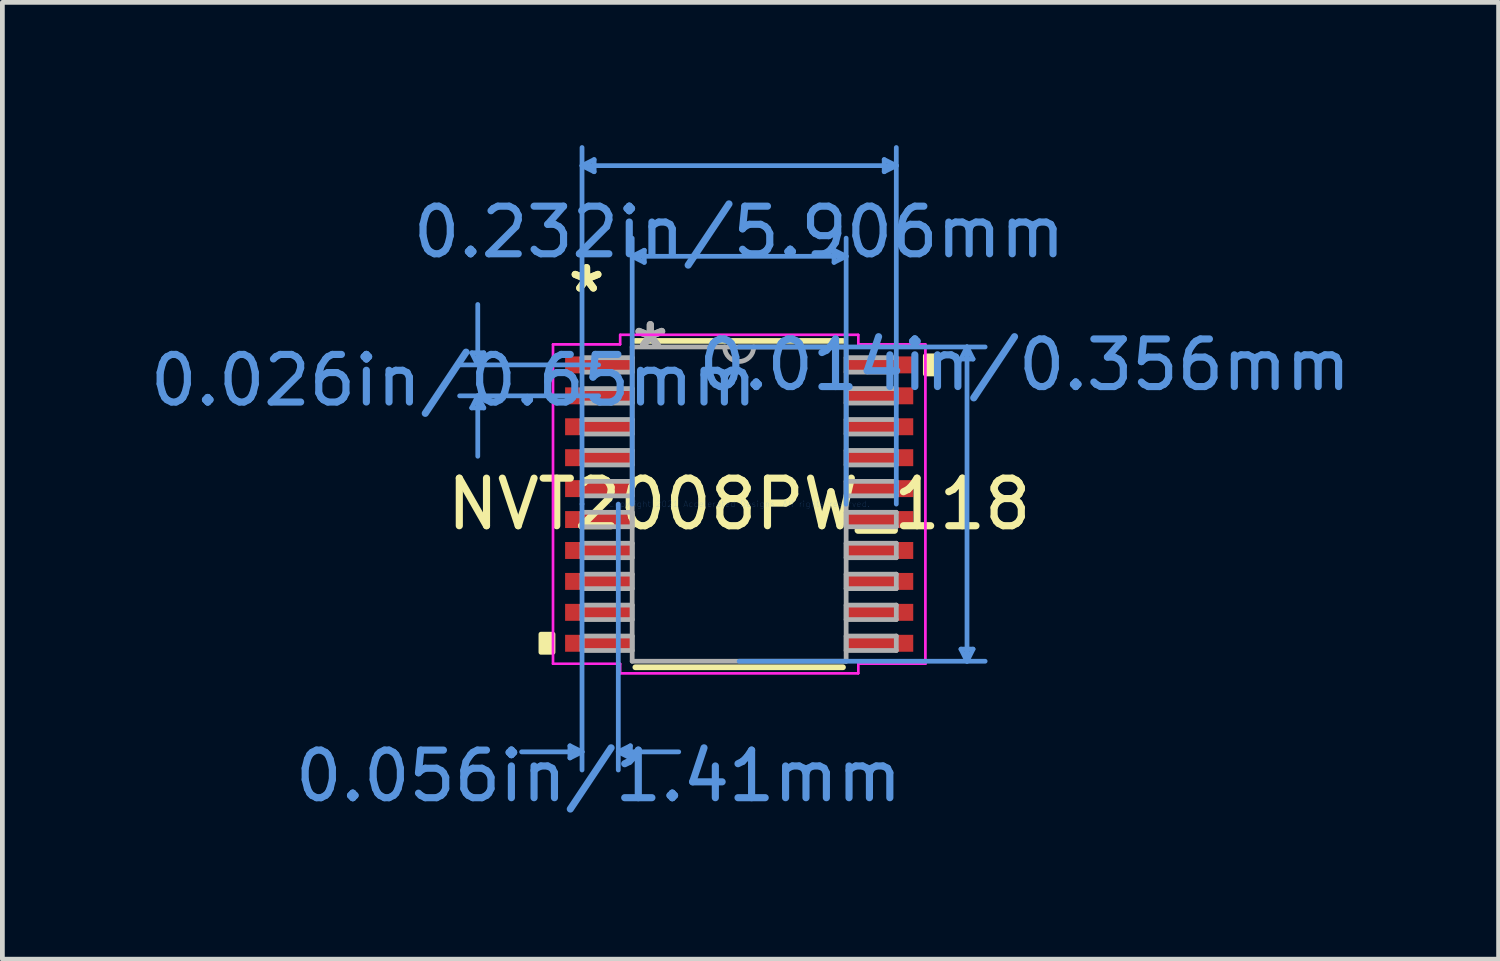
<source format=kicad_pcb>
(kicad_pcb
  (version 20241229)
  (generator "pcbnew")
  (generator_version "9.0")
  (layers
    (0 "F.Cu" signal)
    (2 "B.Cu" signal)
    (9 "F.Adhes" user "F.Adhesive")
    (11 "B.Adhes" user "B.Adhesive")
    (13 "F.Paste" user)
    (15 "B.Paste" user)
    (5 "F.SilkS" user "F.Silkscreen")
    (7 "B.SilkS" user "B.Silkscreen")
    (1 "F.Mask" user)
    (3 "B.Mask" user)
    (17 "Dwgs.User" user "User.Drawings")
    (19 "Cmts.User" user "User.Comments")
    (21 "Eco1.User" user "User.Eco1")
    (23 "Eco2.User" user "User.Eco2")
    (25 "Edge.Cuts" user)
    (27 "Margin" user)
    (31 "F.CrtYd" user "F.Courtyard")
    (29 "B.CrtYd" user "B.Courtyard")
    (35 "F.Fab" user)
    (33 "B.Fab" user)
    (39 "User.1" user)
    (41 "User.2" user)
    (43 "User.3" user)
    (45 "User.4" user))
  (footprint "NVT2008PW_118"
    (layer "F.Cu")
    (at 12.483 7.543)
    (property "Reference" "NVT2008PW_118" (at 0 0 0) (layer "F.SilkS") (effects (font (size 1 1) (thickness 0.15))))
    (attr through_hole)
    (fp_line (start -2.182 3.429) (end 2.182 3.429) (stroke (width 0.12) (type solid)) (layer "F.SilkS"))
    (fp_line (start 2.182 -3.429) (end -2.182 -3.429) (stroke (width 0.12) (type solid)) (layer "F.SilkS"))
    (fp_poly (pts (xy -4.166 2.734) (xy -4.166 3.115) (xy -3.912 3.115) (xy -3.912 2.734)) (stroke (width 0.1) (type solid)) (fill yes) (layer "F.SilkS"))
    (fp_poly (pts (xy 4.166 -3.115) (xy 4.166 -2.734) (xy 3.912 -2.734) (xy 3.912 -3.115)) (stroke (width 0.1) (type solid)) (fill yes) (layer "F.SilkS"))
    (fp_line (start -5.62 -3.179) (end -5.366 -3.179) (stroke (width 0.1) (type solid)) (layer "Cmts.User"))
    (fp_line (start -5.62 -2.021) (end -5.366 -2.021) (stroke (width 0.1) (type solid)) (layer "Cmts.User"))
    (fp_line (start -5.493 -2.925) (end -5.62 -3.179) (stroke (width 0.1) (type solid)) (layer "Cmts.User"))
    (fp_line (start -5.493 -2.925) (end -5.493 -4.195) (stroke (width 0.1) (type solid)) (layer "Cmts.User"))
    (fp_line (start -5.493 -2.925) (end -5.366 -3.179) (stroke (width 0.1) (type solid)) (layer "Cmts.User"))
    (fp_line (start -5.493 -2.275) (end -5.62 -2.021) (stroke (width 0.1) (type solid)) (layer "Cmts.User"))
    (fp_line (start -5.493 -2.275) (end -5.493 -1.005) (stroke (width 0.1) (type solid)) (layer "Cmts.User"))
    (fp_line (start -5.493 -2.275) (end -5.366 -2.021) (stroke (width 0.1) (type solid)) (layer "Cmts.User"))
    (fp_line (start -3.556 5.08) (end -3.556 5.334) (stroke (width 0.1) (type solid)) (layer "Cmts.User"))
    (fp_line (start -3.302 -7.112) (end -3.048 -7.239) (stroke (width 0.1) (type solid)) (layer "Cmts.User"))
    (fp_line (start -3.302 -7.112) (end -3.048 -6.985) (stroke (width 0.1) (type solid)) (layer "Cmts.User"))
    (fp_line (start -3.302 -7.112) (end 3.302 -7.112) (stroke (width 0.1) (type solid)) (layer "Cmts.User"))
    (fp_line (start -3.302 0) (end -3.302 -7.493) (stroke (width 0.1) (type solid)) (layer "Cmts.User"))
    (fp_line (start -3.302 0) (end -3.302 5.588) (stroke (width 0.1) (type solid)) (layer "Cmts.User"))
    (fp_line (start -3.302 5.207) (end -4.572 5.207) (stroke (width 0.1) (type solid)) (layer "Cmts.User"))
    (fp_line (start -3.302 5.207) (end -3.556 5.08) (stroke (width 0.1) (type solid)) (layer "Cmts.User"))
    (fp_line (start -3.302 5.207) (end -3.556 5.334) (stroke (width 0.1) (type solid)) (layer "Cmts.User"))
    (fp_line (start -3.048 -7.239) (end -3.048 -6.985) (stroke (width 0.1) (type solid)) (layer "Cmts.User"))
    (fp_line (start -2.953 -2.925) (end -5.874 -2.925) (stroke (width 0.1) (type solid)) (layer "Cmts.User"))
    (fp_line (start -2.953 -2.275) (end -5.874 -2.275) (stroke (width 0.1) (type solid)) (layer "Cmts.User"))
    (fp_line (start -2.54 0) (end -2.54 5.588) (stroke (width 0.1) (type solid)) (layer "Cmts.User"))
    (fp_line (start -2.54 5.207) (end -2.286 5.08) (stroke (width 0.1) (type solid)) (layer "Cmts.User"))
    (fp_line (start -2.54 5.207) (end -2.286 5.334) (stroke (width 0.1) (type solid)) (layer "Cmts.User"))
    (fp_line (start -2.54 5.207) (end -1.27 5.207) (stroke (width 0.1) (type solid)) (layer "Cmts.User"))
    (fp_line (start -2.286 5.08) (end -2.286 5.334) (stroke (width 0.1) (type solid)) (layer "Cmts.User"))
    (fp_line (start -2.248 -5.207) (end -1.994 -5.334) (stroke (width 0.1) (type solid)) (layer "Cmts.User"))
    (fp_line (start -2.248 -5.207) (end -1.994 -5.08) (stroke (width 0.1) (type solid)) (layer "Cmts.User"))
    (fp_line (start -2.248 -5.207) (end 2.248 -5.207) (stroke (width 0.1) (type solid)) (layer "Cmts.User"))
    (fp_line (start -2.248 0) (end -2.248 -5.588) (stroke (width 0.1) (type solid)) (layer "Cmts.User"))
    (fp_line (start -1.994 -5.334) (end -1.994 -5.08) (stroke (width 0.1) (type solid)) (layer "Cmts.User"))
    (fp_line (start 0 -3.302) (end 5.169 -3.302) (stroke (width 0.1) (type solid)) (layer "Cmts.User"))
    (fp_line (start 0 3.302) (end 5.169 3.302) (stroke (width 0.1) (type solid)) (layer "Cmts.User"))
    (fp_line (start 1.994 -5.334) (end 1.994 -5.08) (stroke (width 0.1) (type solid)) (layer "Cmts.User"))
    (fp_line (start 2.248 -5.207) (end 1.994 -5.334) (stroke (width 0.1) (type solid)) (layer "Cmts.User"))
    (fp_line (start 2.248 -5.207) (end 1.994 -5.08) (stroke (width 0.1) (type solid)) (layer "Cmts.User"))
    (fp_line (start 2.248 0) (end 2.248 -5.588) (stroke (width 0.1) (type solid)) (layer "Cmts.User"))
    (fp_line (start 3.048 -7.239) (end 3.048 -6.985) (stroke (width 0.1) (type solid)) (layer "Cmts.User"))
    (fp_line (start 3.302 -7.112) (end 3.048 -7.239) (stroke (width 0.1) (type solid)) (layer "Cmts.User"))
    (fp_line (start 3.302 -7.112) (end 3.048 -6.985) (stroke (width 0.1) (type solid)) (layer "Cmts.User"))
    (fp_line (start 3.302 0) (end 3.302 -7.493) (stroke (width 0.1) (type solid)) (layer "Cmts.User"))
    (fp_line (start 4.661 -3.048) (end 4.915 -3.048) (stroke (width 0.1) (type solid)) (layer "Cmts.User"))
    (fp_line (start 4.661 3.048) (end 4.915 3.048) (stroke (width 0.1) (type solid)) (layer "Cmts.User"))
    (fp_line (start 4.788 -3.302) (end 4.661 -3.048) (stroke (width 0.1) (type solid)) (layer "Cmts.User"))
    (fp_line (start 4.788 -3.302) (end 4.788 3.302) (stroke (width 0.1) (type solid)) (layer "Cmts.User"))
    (fp_line (start 4.788 -3.302) (end 4.915 -3.048) (stroke (width 0.1) (type solid)) (layer "Cmts.User"))
    (fp_line (start 4.788 3.302) (end 4.661 3.048) (stroke (width 0.1) (type solid)) (layer "Cmts.User"))
    (fp_line (start 4.788 3.302) (end 4.915 3.048) (stroke (width 0.1) (type solid)) (layer "Cmts.User"))
    (fp_line (start -3.912 -3.357) (end -2.502 -3.357) (stroke (width 0.05) (type solid)) (layer "F.CrtYd"))
    (fp_line (start -3.912 -3.357) (end -2.502 -3.357) (stroke (width 0.05) (type solid)) (layer "F.CrtYd"))
    (fp_line (start -3.912 3.357) (end -3.912 -3.357) (stroke (width 0.05) (type solid)) (layer "F.CrtYd"))
    (fp_line (start -3.912 3.357) (end -3.912 -3.357) (stroke (width 0.05) (type solid)) (layer "F.CrtYd"))
    (fp_line (start -3.912 3.357) (end -2.502 3.357) (stroke (width 0.05) (type solid)) (layer "F.CrtYd"))
    (fp_line (start -2.502 -3.556) (end 2.502 -3.556) (stroke (width 0.05) (type solid)) (layer "F.CrtYd"))
    (fp_line (start -2.502 -3.556) (end 2.502 -3.556) (stroke (width 0.05) (type solid)) (layer "F.CrtYd"))
    (fp_line (start -2.502 -3.357) (end -2.502 -3.556) (stroke (width 0.05) (type solid)) (layer "F.CrtYd"))
    (fp_line (start -2.502 -3.357) (end -2.502 -3.556) (stroke (width 0.05) (type solid)) (layer "F.CrtYd"))
    (fp_line (start -2.502 3.357) (end -3.912 3.357) (stroke (width 0.05) (type solid)) (layer "F.CrtYd"))
    (fp_line (start -2.502 3.556) (end -2.502 3.357) (stroke (width 0.05) (type solid)) (layer "F.CrtYd"))
    (fp_line (start -2.502 3.556) (end -2.502 3.357) (stroke (width 0.05) (type solid)) (layer "F.CrtYd"))
    (fp_line (start 2.502 -3.556) (end 2.502 -3.357) (stroke (width 0.05) (type solid)) (layer "F.CrtYd"))
    (fp_line (start 2.502 -3.556) (end 2.502 -3.357) (stroke (width 0.05) (type solid)) (layer "F.CrtYd"))
    (fp_line (start 2.502 -3.357) (end 3.912 -3.357) (stroke (width 0.05) (type solid)) (layer "F.CrtYd"))
    (fp_line (start 2.502 3.357) (end 2.502 3.556) (stroke (width 0.05) (type solid)) (layer "F.CrtYd"))
    (fp_line (start 2.502 3.357) (end 2.502 3.556) (stroke (width 0.05) (type solid)) (layer "F.CrtYd"))
    (fp_line (start 2.502 3.556) (end -2.502 3.556) (stroke (width 0.05) (type solid)) (layer "F.CrtYd"))
    (fp_line (start 2.502 3.556) (end -2.502 3.556) (stroke (width 0.05) (type solid)) (layer "F.CrtYd"))
    (fp_line (start 3.912 -3.357) (end 2.502 -3.357) (stroke (width 0.05) (type solid)) (layer "F.CrtYd"))
    (fp_line (start 3.912 -3.357) (end 3.912 3.357) (stroke (width 0.05) (type solid)) (layer "F.CrtYd"))
    (fp_line (start 3.912 -3.357) (end 3.912 3.357) (stroke (width 0.05) (type solid)) (layer "F.CrtYd"))
    (fp_line (start 3.912 3.357) (end 2.502 3.357) (stroke (width 0.05) (type solid)) (layer "F.CrtYd"))
    (fp_line (start 3.912 3.357) (end 2.502 3.357) (stroke (width 0.05) (type solid)) (layer "F.CrtYd"))
    (fp_line (start -3.302 -3.077) (end -3.302 -2.773) (stroke (width 0.1) (type solid)) (layer "F.Fab"))
    (fp_line (start -3.302 -2.773) (end -2.248 -2.773) (stroke (width 0.1) (type solid)) (layer "F.Fab"))
    (fp_line (start -3.302 -2.427) (end -3.302 -2.123) (stroke (width 0.1) (type solid)) (layer "F.Fab"))
    (fp_line (start -3.302 -2.123) (end -2.248 -2.123) (stroke (width 0.1) (type solid)) (layer "F.Fab"))
    (fp_line (start -3.302 -1.777) (end -3.302 -1.473) (stroke (width 0.1) (type solid)) (layer "F.Fab"))
    (fp_line (start -3.302 -1.473) (end -2.248 -1.473) (stroke (width 0.1) (type solid)) (layer "F.Fab"))
    (fp_line (start -3.302 -1.127) (end -3.302 -0.823) (stroke (width 0.1) (type solid)) (layer "F.Fab"))
    (fp_line (start -3.302 -0.823) (end -2.248 -0.823) (stroke (width 0.1) (type solid)) (layer "F.Fab"))
    (fp_line (start -3.302 -0.477) (end -3.302 -0.173) (stroke (width 0.1) (type solid)) (layer "F.Fab"))
    (fp_line (start -3.302 -0.173) (end -2.248 -0.173) (stroke (width 0.1) (type solid)) (layer "F.Fab"))
    (fp_line (start -3.302 0.173) (end -3.302 0.477) (stroke (width 0.1) (type solid)) (layer "F.Fab"))
    (fp_line (start -3.302 0.477) (end -2.248 0.477) (stroke (width 0.1) (type solid)) (layer "F.Fab"))
    (fp_line (start -3.302 0.823) (end -3.302 1.127) (stroke (width 0.1) (type solid)) (layer "F.Fab"))
    (fp_line (start -3.302 1.127) (end -2.248 1.127) (stroke (width 0.1) (type solid)) (layer "F.Fab"))
    (fp_line (start -3.302 1.473) (end -3.302 1.777) (stroke (width 0.1) (type solid)) (layer "F.Fab"))
    (fp_line (start -3.302 1.777) (end -2.248 1.777) (stroke (width 0.1) (type solid)) (layer "F.Fab"))
    (fp_line (start -3.302 2.123) (end -3.302 2.427) (stroke (width 0.1) (type solid)) (layer "F.Fab"))
    (fp_line (start -3.302 2.427) (end -2.248 2.427) (stroke (width 0.1) (type solid)) (layer "F.Fab"))
    (fp_line (start -3.302 2.773) (end -3.302 3.077) (stroke (width 0.1) (type solid)) (layer "F.Fab"))
    (fp_line (start -3.302 3.077) (end -2.248 3.077) (stroke (width 0.1) (type solid)) (layer "F.Fab"))
    (fp_line (start -2.248 -3.302) (end -2.248 3.302) (stroke (width 0.1) (type solid)) (layer "F.Fab"))
    (fp_line (start -2.248 -3.077) (end -3.302 -3.077) (stroke (width 0.1) (type solid)) (layer "F.Fab"))
    (fp_line (start -2.248 -2.773) (end -2.248 -3.077) (stroke (width 0.1) (type solid)) (layer "F.Fab"))
    (fp_line (start -2.248 -2.427) (end -3.302 -2.427) (stroke (width 0.1) (type solid)) (layer "F.Fab"))
    (fp_line (start -2.248 -2.123) (end -2.248 -2.427) (stroke (width 0.1) (type solid)) (layer "F.Fab"))
    (fp_line (start -2.248 -1.777) (end -3.302 -1.777) (stroke (width 0.1) (type solid)) (layer "F.Fab"))
    (fp_line (start -2.248 -1.473) (end -2.248 -1.777) (stroke (width 0.1) (type solid)) (layer "F.Fab"))
    (fp_line (start -2.248 -1.127) (end -3.302 -1.127) (stroke (width 0.1) (type solid)) (layer "F.Fab"))
    (fp_line (start -2.248 -0.823) (end -2.248 -1.127) (stroke (width 0.1) (type solid)) (layer "F.Fab"))
    (fp_line (start -2.248 -0.477) (end -3.302 -0.477) (stroke (width 0.1) (type solid)) (layer "F.Fab"))
    (fp_line (start -2.248 -0.173) (end -2.248 -0.477) (stroke (width 0.1) (type solid)) (layer "F.Fab"))
    (fp_line (start -2.248 0.173) (end -3.302 0.173) (stroke (width 0.1) (type solid)) (layer "F.Fab"))
    (fp_line (start -2.248 0.477) (end -2.248 0.173) (stroke (width 0.1) (type solid)) (layer "F.Fab"))
    (fp_line (start -2.248 0.823) (end -3.302 0.823) (stroke (width 0.1) (type solid)) (layer "F.Fab"))
    (fp_line (start -2.248 1.127) (end -2.248 0.823) (stroke (width 0.1) (type solid)) (layer "F.Fab"))
    (fp_line (start -2.248 1.473) (end -3.302 1.473) (stroke (width 0.1) (type solid)) (layer "F.Fab"))
    (fp_line (start -2.248 1.777) (end -2.248 1.473) (stroke (width 0.1) (type solid)) (layer "F.Fab"))
    (fp_line (start -2.248 2.123) (end -3.302 2.123) (stroke (width 0.1) (type solid)) (layer "F.Fab"))
    (fp_line (start -2.248 2.427) (end -2.248 2.123) (stroke (width 0.1) (type solid)) (layer "F.Fab"))
    (fp_line (start -2.248 2.773) (end -3.302 2.773) (stroke (width 0.1) (type solid)) (layer "F.Fab"))
    (fp_line (start -2.248 3.077) (end -2.248 2.773) (stroke (width 0.1) (type solid)) (layer "F.Fab"))
    (fp_line (start -2.248 3.302) (end 2.248 3.302) (stroke (width 0.1) (type solid)) (layer "F.Fab"))
    (fp_line (start 2.248 -3.302) (end -2.248 -3.302) (stroke (width 0.1) (type solid)) (layer "F.Fab"))
    (fp_line (start 2.248 -3.077) (end 2.248 -2.773) (stroke (width 0.1) (type solid)) (layer "F.Fab"))
    (fp_line (start 2.248 -2.773) (end 3.302 -2.773) (stroke (width 0.1) (type solid)) (layer "F.Fab"))
    (fp_line (start 2.248 -2.427) (end 2.248 -2.123) (stroke (width 0.1) (type solid)) (layer "F.Fab"))
    (fp_line (start 2.248 -2.123) (end 3.302 -2.123) (stroke (width 0.1) (type solid)) (layer "F.Fab"))
    (fp_line (start 2.248 -1.777) (end 2.248 -1.473) (stroke (width 0.1) (type solid)) (layer "F.Fab"))
    (fp_line (start 2.248 -1.473) (end 3.302 -1.473) (stroke (width 0.1) (type solid)) (layer "F.Fab"))
    (fp_line (start 2.248 -1.127) (end 2.248 -0.823) (stroke (width 0.1) (type solid)) (layer "F.Fab"))
    (fp_line (start 2.248 -0.823) (end 3.302 -0.823) (stroke (width 0.1) (type solid)) (layer "F.Fab"))
    (fp_line (start 2.248 -0.477) (end 2.248 -0.173) (stroke (width 0.1) (type solid)) (layer "F.Fab"))
    (fp_line (start 2.248 -0.173) (end 3.302 -0.173) (stroke (width 0.1) (type solid)) (layer "F.Fab"))
    (fp_line (start 2.248 0.173) (end 2.248 0.477) (stroke (width 0.1) (type solid)) (layer "F.Fab"))
    (fp_line (start 2.248 0.477) (end 3.302 0.477) (stroke (width 0.1) (type solid)) (layer "F.Fab"))
    (fp_line (start 2.248 0.823) (end 2.248 1.127) (stroke (width 0.1) (type solid)) (layer "F.Fab"))
    (fp_line (start 2.248 1.127) (end 3.302 1.127) (stroke (width 0.1) (type solid)) (layer "F.Fab"))
    (fp_line (start 2.248 1.473) (end 2.248 1.777) (stroke (width 0.1) (type solid)) (layer "F.Fab"))
    (fp_line (start 2.248 1.777) (end 3.302 1.777) (stroke (width 0.1) (type solid)) (layer "F.Fab"))
    (fp_line (start 2.248 2.123) (end 2.248 2.427) (stroke (width 0.1) (type solid)) (layer "F.Fab"))
    (fp_line (start 2.248 2.427) (end 3.302 2.427) (stroke (width 0.1) (type solid)) (layer "F.Fab"))
    (fp_line (start 2.248 2.773) (end 2.248 3.077) (stroke (width 0.1) (type solid)) (layer "F.Fab"))
    (fp_line (start 2.248 3.077) (end 3.302 3.077) (stroke (width 0.1) (type solid)) (layer "F.Fab"))
    (fp_line (start 2.248 3.302) (end 2.248 -3.302) (stroke (width 0.1) (type solid)) (layer "F.Fab"))
    (fp_line (start 3.302 -3.077) (end 2.248 -3.077) (stroke (width 0.1) (type solid)) (layer "F.Fab"))
    (fp_line (start 3.302 -2.773) (end 3.302 -3.077) (stroke (width 0.1) (type solid)) (layer "F.Fab"))
    (fp_line (start 3.302 -2.427) (end 2.248 -2.427) (stroke (width 0.1) (type solid)) (layer "F.Fab"))
    (fp_line (start 3.302 -2.123) (end 3.302 -2.427) (stroke (width 0.1) (type solid)) (layer "F.Fab"))
    (fp_line (start 3.302 -1.777) (end 2.248 -1.777) (stroke (width 0.1) (type solid)) (layer "F.Fab"))
    (fp_line (start 3.302 -1.473) (end 3.302 -1.777) (stroke (width 0.1) (type solid)) (layer "F.Fab"))
    (fp_line (start 3.302 -1.127) (end 2.248 -1.127) (stroke (width 0.1) (type solid)) (layer "F.Fab"))
    (fp_line (start 3.302 -0.823) (end 3.302 -1.127) (stroke (width 0.1) (type solid)) (layer "F.Fab"))
    (fp_line (start 3.302 -0.477) (end 2.248 -0.477) (stroke (width 0.1) (type solid)) (layer "F.Fab"))
    (fp_line (start 3.302 -0.173) (end 3.302 -0.477) (stroke (width 0.1) (type solid)) (layer "F.Fab"))
    (fp_line (start 3.302 0.173) (end 2.248 0.173) (stroke (width 0.1) (type solid)) (layer "F.Fab"))
    (fp_line (start 3.302 0.477) (end 3.302 0.173) (stroke (width 0.1) (type solid)) (layer "F.Fab"))
    (fp_line (start 3.302 0.823) (end 2.248 0.823) (stroke (width 0.1) (type solid)) (layer "F.Fab"))
    (fp_line (start 3.302 1.127) (end 3.302 0.823) (stroke (width 0.1) (type solid)) (layer "F.Fab"))
    (fp_line (start 3.302 1.473) (end 2.248 1.473) (stroke (width 0.1) (type solid)) (layer "F.Fab"))
    (fp_line (start 3.302 1.777) (end 3.302 1.473) (stroke (width 0.1) (type solid)) (layer "F.Fab"))
    (fp_line (start 3.302 2.123) (end 2.248 2.123) (stroke (width 0.1) (type solid)) (layer "F.Fab"))
    (fp_line (start 3.302 2.427) (end 3.302 2.123) (stroke (width 0.1) (type solid)) (layer "F.Fab"))
    (fp_line (start 3.302 2.773) (end 2.248 2.773) (stroke (width 0.1) (type solid)) (layer "F.Fab"))
    (fp_line (start 3.302 3.077) (end 3.302 2.773) (stroke (width 0.1) (type solid)) (layer "F.Fab"))
    (fp_arc (start 0.3048 -3.302) (mid 0 -2.9972) (end -0.3048 -3.302) (stroke (width 0.1) (type solid)) (layer "F.Fab"))
    (fp_text user "*" (at -3.207 -4.424 0) (layer "F.SilkS") (effects (font (size 1 1) (thickness 0.15))))
    (fp_text user "*" (at -3.207 -4.424 0) (layer "F.SilkS") (effects (font (size 1 1) (thickness 0.15))))
    (fp_text user "0.014in/0.356mm" (at 6.001 -2.925 0) (layer "Cmts.User") (effects (font (size 1 1) (thickness 0.15))))
    (fp_text user "0.056in/1.41mm" (at -2.953 5.715 0) (layer "Cmts.User") (effects (font (size 1 1) (thickness 0.15))))
    (fp_text user "0.232in/5.906mm" (at 0 -5.715 0) (layer "Cmts.User") (effects (font (size 1 1) (thickness 0.15))))
    (fp_text user "Copyright 2021 Accelerated Designs. All rights reserved." (at 0 0 0) (layer "Cmts.User") (effects (font (size 0.127 0.127) (thickness 0.002))))
    (fp_text user "0.026in/0.65mm" (at -6.001 -2.6 0) (layer "Cmts.User") (effects (font (size 1 1) (thickness 0.15))))
    (fp_text user "*" (at -1.867 -3.226 0) (layer "F.Fab") (effects (font (size 1 1) (thickness 0.15))))
    (fp_text user "*" (at -1.867 -3.226 0) (layer "F.Fab") (effects (font (size 1 1) (thickness 0.15))))
    (pad "1" smd rect (at -2.953 -2.925) (size 1.41 0.356) (layers "F.Cu" "F.Mask" "F.Paste"))
    (pad "2" smd rect (at -2.953 -2.275) (size 1.41 0.356) (layers "F.Cu" "F.Mask" "F.Paste"))
    (pad "3" smd rect (at -2.953 -1.625) (size 1.41 0.356) (layers "F.Cu" "F.Mask" "F.Paste"))
    (pad "4" smd rect (at -2.953 -0.975) (size 1.41 0.356) (layers "F.Cu" "F.Mask" "F.Paste"))
    (pad "5" smd rect (at -2.953 -0.325) (size 1.41 0.356) (layers "F.Cu" "F.Mask" "F.Paste"))
    (pad "6" smd rect (at -2.953 0.325) (size 1.41 0.356) (layers "F.Cu" "F.Mask" "F.Paste"))
    (pad "7" smd rect (at -2.953 0.975) (size 1.41 0.356) (layers "F.Cu" "F.Mask" "F.Paste"))
    (pad "8" smd rect (at -2.953 1.625) (size 1.41 0.356) (layers "F.Cu" "F.Mask" "F.Paste"))
    (pad "9" smd rect (at -2.953 2.275) (size 1.41 0.356) (layers "F.Cu" "F.Mask" "F.Paste"))
    (pad "10" smd rect (at -2.953 2.925) (size 1.41 0.356) (layers "F.Cu" "F.Mask" "F.Paste"))
    (pad "11" smd rect (at 2.953 2.925) (size 1.41 0.356) (layers "F.Cu" "F.Mask" "F.Paste"))
    (pad "12" smd rect (at 2.953 2.275) (size 1.41 0.356) (layers "F.Cu" "F.Mask" "F.Paste"))
    (pad "13" smd rect (at 2.953 1.625) (size 1.41 0.356) (layers "F.Cu" "F.Mask" "F.Paste"))
    (pad "14" smd rect (at 2.953 0.975) (size 1.41 0.356) (layers "F.Cu" "F.Mask" "F.Paste"))
    (pad "15" smd rect (at 2.953 0.325) (size 1.41 0.356) (layers "F.Cu" "F.Mask" "F.Paste"))
    (pad "16" smd rect (at 2.953 -0.325) (size 1.41 0.356) (layers "F.Cu" "F.Mask" "F.Paste"))
    (pad "17" smd rect (at 2.953 -0.975) (size 1.41 0.356) (layers "F.Cu" "F.Mask" "F.Paste"))
    (pad "18" smd rect (at 2.953 -1.625) (size 1.41 0.356) (layers "F.Cu" "F.Mask" "F.Paste"))
    (pad "19" smd rect (at 2.953 -2.275) (size 1.41 0.356) (layers "F.Cu" "F.Mask" "F.Paste"))
    (pad "20" smd rect (at 2.953 -2.925) (size 1.41 0.356) (layers "F.Cu" "F.Mask" "F.Paste")))
  (gr_rect
    (start -3 -3)
    (end 28.442 17.106)
    (stroke (width 0.1) (type default))
    (fill no)
    (layer "Edge.Cuts")))
</source>
